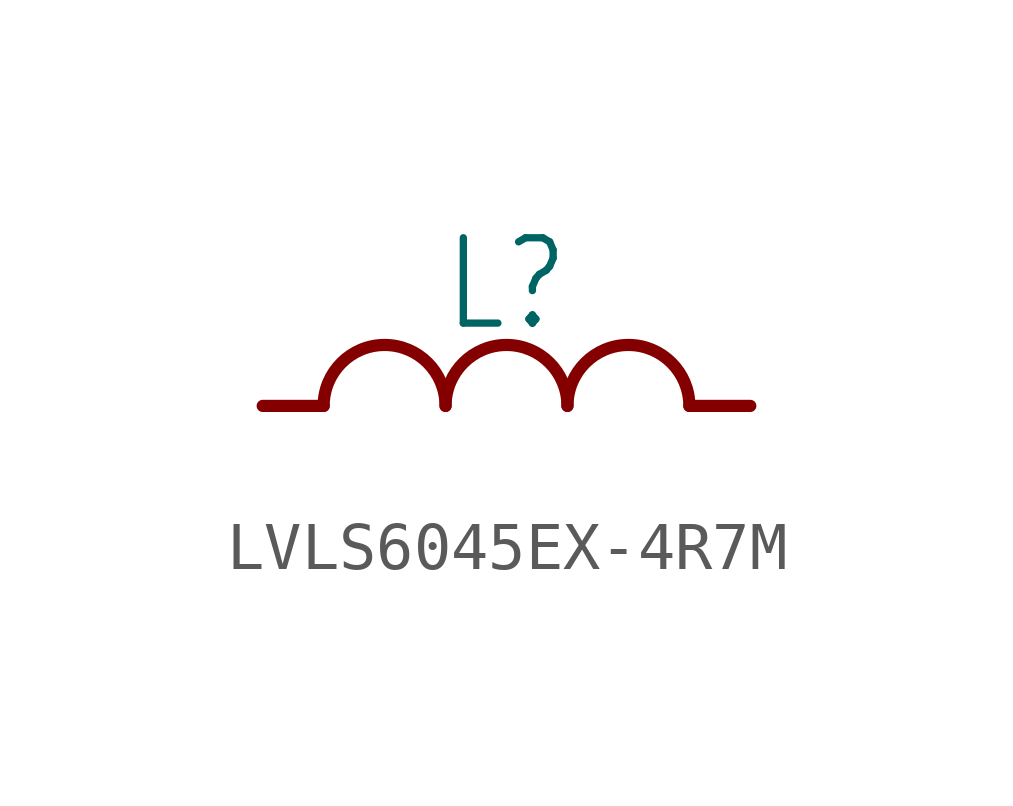
<source format=kicad_sym>
(kicad_symbol_lib
  (version 20231120)
  (generator "kicad_symbol_editor")
  (generator_version "8.0")
  (symbol "LVLS6045EX-4R7M"
    (property "Reference" "L"
      (at 0 2.54 0)
      (effects (font (size 1.778 1.511))))
    (property "Value" ""
      (at 0 -1.27 0)
      (effects (font (size 1.778 1.511))))
    (property "ki_locked" ""
      (at 0 0 0)
      (effects (font (size 1.27 1.27))))
    (symbol "LVLS6045EX-4R7M_1_0"
      (arc (start -1.27 0) (mid -2.54 1.27) (end -3.81 0) (stroke (width 0.254) (type solid)) (fill (type none)))
      (polyline (pts (xy -5.08 0) (xy -3.81 0)) (stroke (width 0.254) (type solid)) (fill (type none)))
      (polyline (pts (xy 3.81 0) (xy 5.08 0)) (stroke (width 0.254) (type solid)) (fill (type none)))
      (arc (start 1.27 0) (mid 0 1.27) (end -1.27 0) (stroke (width 0.254) (type solid)) (fill (type none)))
      (arc (start 3.81 0) (mid 2.54 1.27) (end 1.27 0) (stroke (width 0.254) (type solid)) (fill (type none)))
      (pin passive line (at -5.08 0 0) (length 0) (name "1" (effects (font (size 0 0)))) (number "P$1" (effects (font (size 0 0)))))
      (pin passive line (at 5.08 0 180) (length 0) (name "2" (effects (font (size 0 0)))) (number "P$2" (effects (font (size 0 0))))))))
</source>
